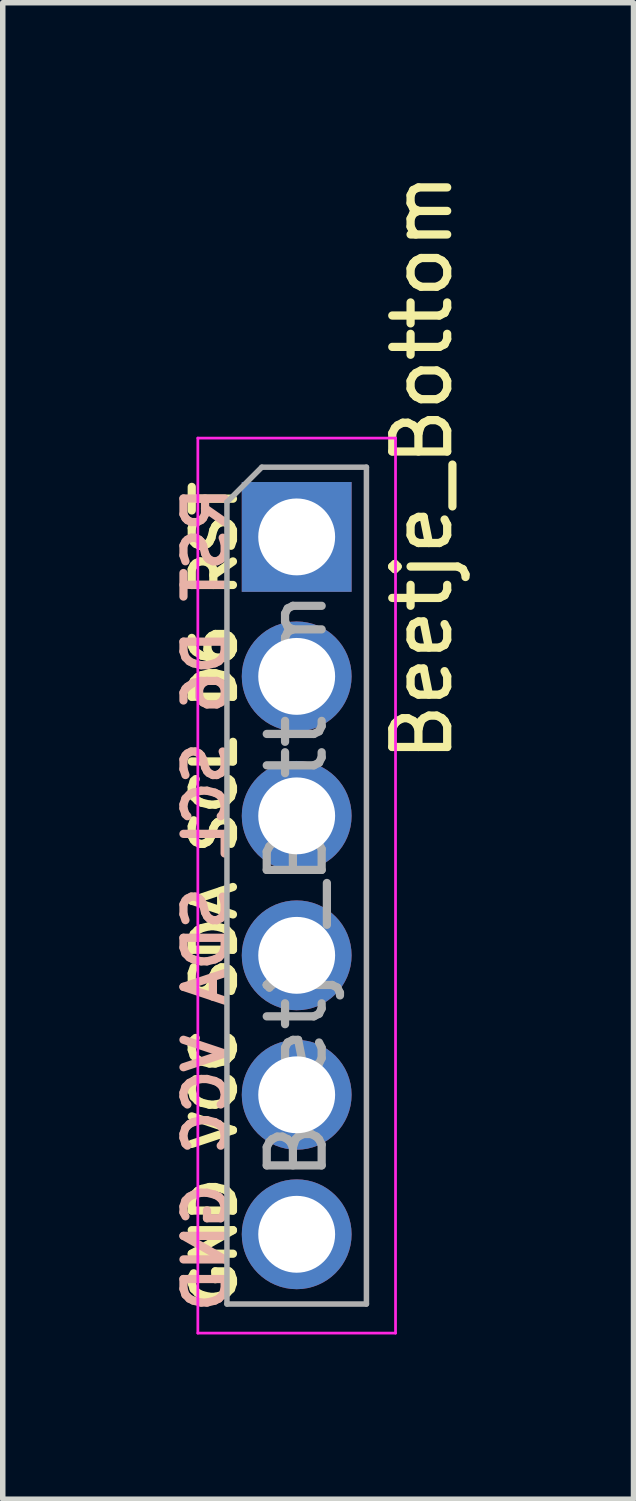
<source format=kicad_pcb>
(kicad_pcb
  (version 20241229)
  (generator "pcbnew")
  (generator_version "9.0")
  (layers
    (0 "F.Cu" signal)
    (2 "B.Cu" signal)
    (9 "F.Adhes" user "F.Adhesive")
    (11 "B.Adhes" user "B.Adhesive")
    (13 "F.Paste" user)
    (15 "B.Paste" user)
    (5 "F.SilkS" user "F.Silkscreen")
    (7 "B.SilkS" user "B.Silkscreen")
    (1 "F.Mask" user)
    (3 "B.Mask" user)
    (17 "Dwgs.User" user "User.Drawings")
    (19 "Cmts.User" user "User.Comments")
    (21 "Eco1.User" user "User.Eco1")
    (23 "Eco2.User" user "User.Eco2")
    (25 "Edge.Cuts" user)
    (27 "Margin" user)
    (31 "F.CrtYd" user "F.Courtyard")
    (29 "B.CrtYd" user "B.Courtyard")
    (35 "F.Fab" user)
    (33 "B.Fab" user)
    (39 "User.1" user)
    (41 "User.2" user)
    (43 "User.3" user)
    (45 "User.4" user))
  (footprint "Beetje_Bottom"
    (layer "F.Cu")
    (at 2.353 6.728)
    (property "Reference" "Beetje_Bottom" (at 2.286 -1.27 90) (layer "F.SilkS") (effects (font (size 1 1) (thickness 0.15))))
    (attr through_hole)
    (fp_line (start -1.8 -1.8) (end -1.8 14.5) (stroke (width 0.05) (type solid)) (layer "F.CrtYd"))
    (fp_line (start -1.8 14.5) (end 1.8 14.5) (stroke (width 0.05) (type solid)) (layer "F.CrtYd"))
    (fp_line (start 1.8 -1.8) (end -1.8 -1.8) (stroke (width 0.05) (type solid)) (layer "F.CrtYd"))
    (fp_line (start 1.8 14.5) (end 1.8 -1.8) (stroke (width 0.05) (type solid)) (layer "F.CrtYd"))
    (fp_line (start -1.27 -0.635) (end -0.635 -1.27) (stroke (width 0.1) (type solid)) (layer "F.Fab"))
    (fp_line (start -1.27 13.97) (end -1.27 -0.635) (stroke (width 0.1) (type solid)) (layer "F.Fab"))
    (fp_line (start -0.635 -1.27) (end 1.27 -1.27) (stroke (width 0.1) (type solid)) (layer "F.Fab"))
    (fp_line (start 1.27 -1.27) (end 1.27 13.97) (stroke (width 0.1) (type solid)) (layer "F.Fab"))
    (fp_line (start 1.27 13.97) (end -1.27 13.97) (stroke (width 0.1) (type solid)) (layer "F.Fab"))
    (fp_text user "GND VCC SDA SCL D6 RST" (at -1.5 6.5 90) (layer "F.SilkS") (effects (font (size 0.75 0.75) (thickness 0.15))))
    (fp_text user "RST D6 SCL SDA VCC GND" (at -1.651 6.604 90) (layer "B.SilkS") (effects (font (size 0.75 0.75) (thickness 0.15)) (justify mirror)))
    (fp_text user "${REFERENCE}" (at 0 6.35 90) (layer "F.Fab") (effects (font (size 1 1) (thickness 0.15))))
    (pad "1" thru_hole rect (at 0 0) (size 2 2) (drill 1.4) (layers "*.Cu" "*.Mask"))
    (pad "2" thru_hole oval (at 0 2.54) (size 2 2) (drill 1.4) (layers "*.Cu" "*.Mask"))
    (pad "3" thru_hole oval (at 0 5.08) (size 2 2) (drill 1.4) (layers "*.Cu" "*.Mask"))
    (pad "4" thru_hole oval (at 0 7.62) (size 2 2) (drill 1.4) (layers "*.Cu" "*.Mask"))
    (pad "5" thru_hole oval (at 0 10.16) (size 2 2) (drill 1.4) (layers "*.Cu" "*.Mask"))
    (pad "6" thru_hole oval (at 0 12.7) (size 2 2) (drill 1.4) (layers "*.Cu" "*.Mask")))
  (gr_rect
    (start -3 -3)
    (end 8.487 24.253)
    (stroke (width 0.1) (type default))
    (fill no)
    (layer "Edge.Cuts")))
</source>
